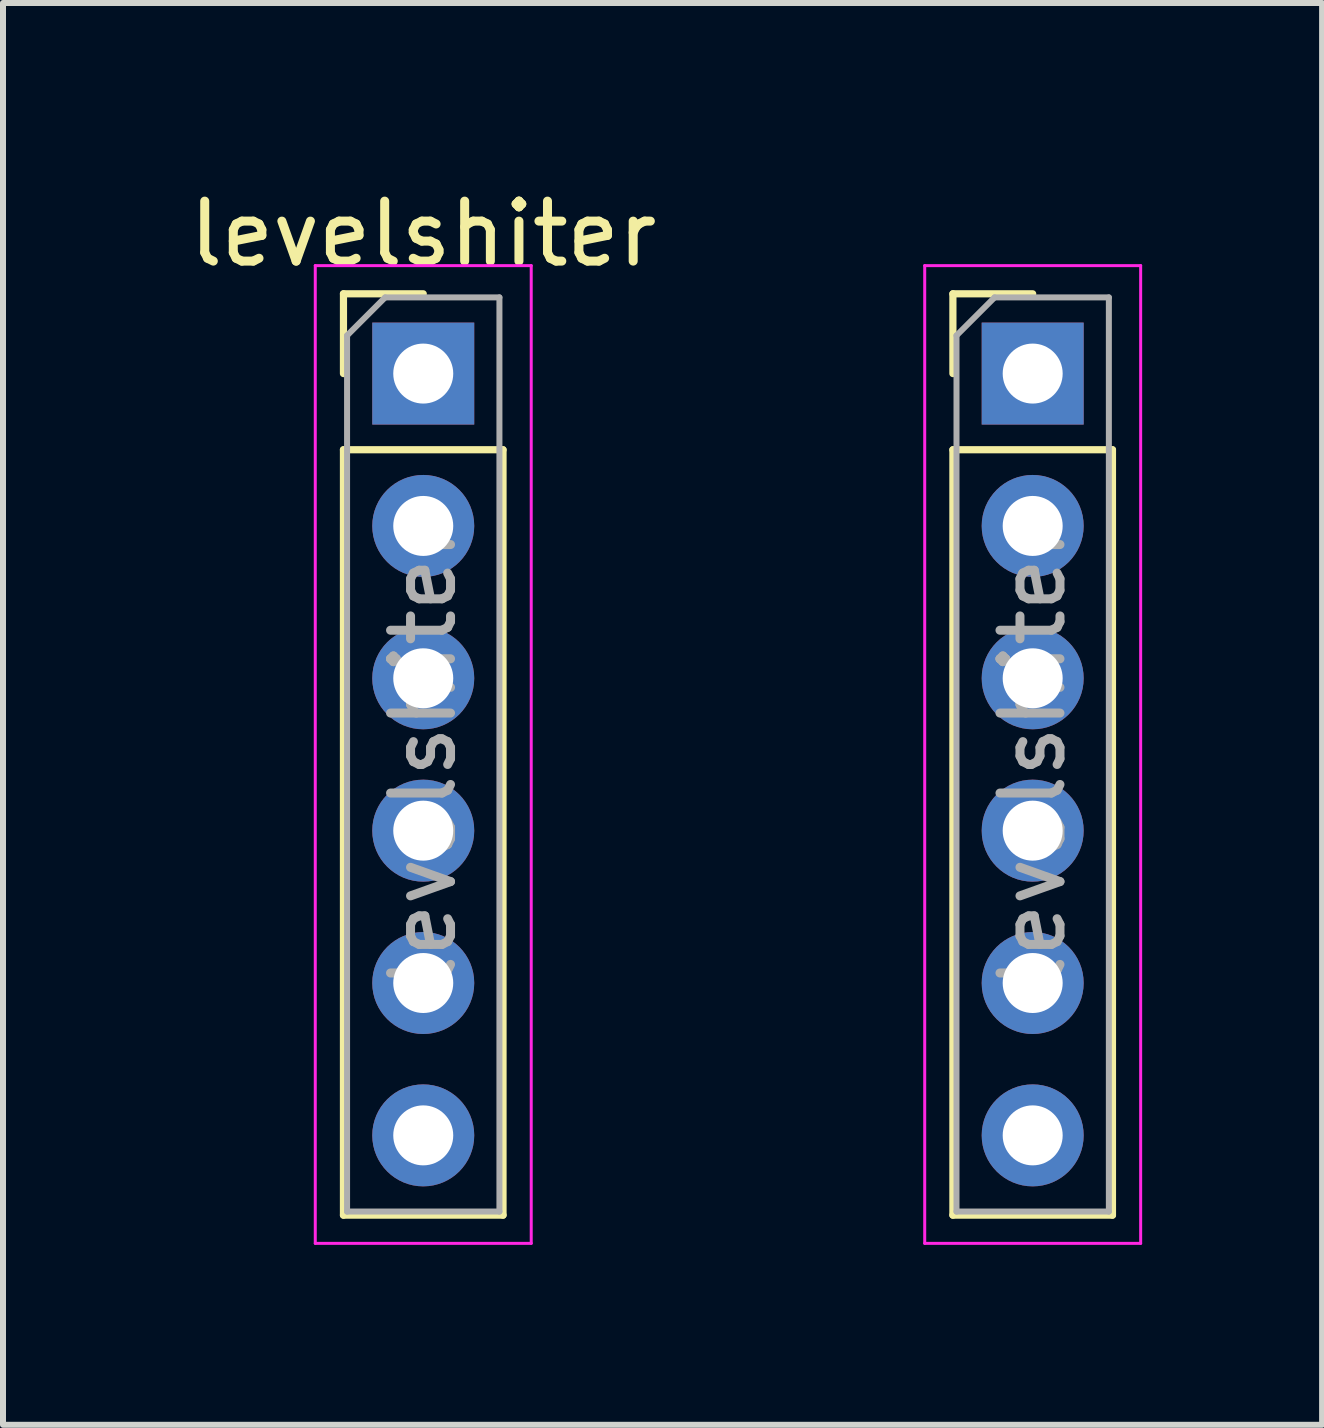
<source format=kicad_pcb>
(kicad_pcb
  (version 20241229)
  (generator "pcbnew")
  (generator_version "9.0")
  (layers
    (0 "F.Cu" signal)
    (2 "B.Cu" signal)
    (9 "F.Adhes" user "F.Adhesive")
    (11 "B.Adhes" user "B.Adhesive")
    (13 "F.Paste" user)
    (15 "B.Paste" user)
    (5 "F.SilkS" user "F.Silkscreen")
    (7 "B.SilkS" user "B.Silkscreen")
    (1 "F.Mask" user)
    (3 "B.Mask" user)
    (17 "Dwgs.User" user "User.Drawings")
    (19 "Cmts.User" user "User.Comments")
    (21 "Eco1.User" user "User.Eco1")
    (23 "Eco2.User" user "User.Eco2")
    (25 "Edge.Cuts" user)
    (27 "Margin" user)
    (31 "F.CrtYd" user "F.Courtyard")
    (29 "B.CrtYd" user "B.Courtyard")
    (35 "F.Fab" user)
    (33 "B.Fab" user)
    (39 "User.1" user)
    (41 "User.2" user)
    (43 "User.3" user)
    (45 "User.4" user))
  (footprint "levelshiter"
    (layer "F.Cu")
    (at 9.086 8.258)
    (property "Reference" "levelshiter" (at -5.08 -7.41 0) (layer "F.SilkS") (effects (font (size 1 1) (thickness 0.15))))
    (attr through_hole)
    (fp_line (start -6.41 -6.41) (end -5.08 -6.41) (stroke (width 0.12) (type solid)) (layer "F.SilkS"))
    (fp_line (start -6.41 -5.08) (end -6.41 -6.41) (stroke (width 0.12) (type solid)) (layer "F.SilkS"))
    (fp_line (start -6.41 -3.81) (end -6.41 8.95) (stroke (width 0.12) (type solid)) (layer "F.SilkS"))
    (fp_line (start -6.41 -3.81) (end -3.75 -3.81) (stroke (width 0.12) (type solid)) (layer "F.SilkS"))
    (fp_line (start -6.41 8.95) (end -3.75 8.95) (stroke (width 0.12) (type solid)) (layer "F.SilkS"))
    (fp_line (start -3.75 -3.81) (end -3.75 8.95) (stroke (width 0.12) (type solid)) (layer "F.SilkS"))
    (fp_line (start 3.75 -6.41) (end 5.08 -6.41) (stroke (width 0.12) (type solid)) (layer "F.SilkS"))
    (fp_line (start 3.75 -5.08) (end 3.75 -6.41) (stroke (width 0.12) (type solid)) (layer "F.SilkS"))
    (fp_line (start 3.75 -3.81) (end 3.75 8.95) (stroke (width 0.12) (type solid)) (layer "F.SilkS"))
    (fp_line (start 3.75 -3.81) (end 6.41 -3.81) (stroke (width 0.12) (type solid)) (layer "F.SilkS"))
    (fp_line (start 3.75 8.95) (end 6.41 8.95) (stroke (width 0.12) (type solid)) (layer "F.SilkS"))
    (fp_line (start 6.41 -3.81) (end 6.41 8.95) (stroke (width 0.12) (type solid)) (layer "F.SilkS"))
    (fp_line (start -6.88 -6.88) (end -6.88 9.42) (stroke (width 0.05) (type solid)) (layer "F.CrtYd"))
    (fp_line (start -6.88 9.42) (end -3.28 9.42) (stroke (width 0.05) (type solid)) (layer "F.CrtYd"))
    (fp_line (start -3.28 -6.88) (end -6.88 -6.88) (stroke (width 0.05) (type solid)) (layer "F.CrtYd"))
    (fp_line (start -3.28 9.42) (end -3.28 -6.88) (stroke (width 0.05) (type solid)) (layer "F.CrtYd"))
    (fp_line (start 3.28 -6.88) (end 3.28 9.42) (stroke (width 0.05) (type solid)) (layer "F.CrtYd"))
    (fp_line (start 3.28 9.42) (end 6.88 9.42) (stroke (width 0.05) (type solid)) (layer "F.CrtYd"))
    (fp_line (start 6.88 -6.88) (end 3.28 -6.88) (stroke (width 0.05) (type solid)) (layer "F.CrtYd"))
    (fp_line (start 6.88 9.42) (end 6.88 -6.88) (stroke (width 0.05) (type solid)) (layer "F.CrtYd"))
    (fp_line (start -6.35 -5.715) (end -5.715 -6.35) (stroke (width 0.1) (type solid)) (layer "F.Fab"))
    (fp_line (start -6.35 8.89) (end -6.35 -5.715) (stroke (width 0.1) (type solid)) (layer "F.Fab"))
    (fp_line (start -5.715 -6.35) (end -3.81 -6.35) (stroke (width 0.1) (type solid)) (layer "F.Fab"))
    (fp_line (start -3.81 -6.35) (end -3.81 8.89) (stroke (width 0.1) (type solid)) (layer "F.Fab"))
    (fp_line (start -3.81 8.89) (end -6.35 8.89) (stroke (width 0.1) (type solid)) (layer "F.Fab"))
    (fp_line (start 3.81 -5.715) (end 4.445 -6.35) (stroke (width 0.1) (type solid)) (layer "F.Fab"))
    (fp_line (start 3.81 8.89) (end 3.81 -5.715) (stroke (width 0.1) (type solid)) (layer "F.Fab"))
    (fp_line (start 4.445 -6.35) (end 6.35 -6.35) (stroke (width 0.1) (type solid)) (layer "F.Fab"))
    (fp_line (start 6.35 -6.35) (end 6.35 8.89) (stroke (width 0.1) (type solid)) (layer "F.Fab"))
    (fp_line (start 6.35 8.89) (end 3.81 8.89) (stroke (width 0.1) (type solid)) (layer "F.Fab"))
    (fp_text user "${REFERENCE}" (at -5.08 1.27 90) (layer "F.Fab") (effects (font (size 1 1) (thickness 0.15))))
    (fp_text user "${REFERENCE}" (at 5.08 1.27 90) (layer "F.Fab") (effects (font (size 1 1) (thickness 0.15))))
    (pad "1" thru_hole rect (at -5.08 -5.08) (size 1.7 1.7) (drill 1) (layers "*.Cu" "*.Mask"))
    (pad "2" thru_hole oval (at -5.08 -2.54) (size 1.7 1.7) (drill 1) (layers "*.Cu" "*.Mask"))
    (pad "3" thru_hole oval (at -5.08 0) (size 1.7 1.7) (drill 1) (layers "*.Cu" "*.Mask"))
    (pad "4" thru_hole oval (at -5.08 2.54) (size 1.7 1.7) (drill 1) (layers "*.Cu" "*.Mask"))
    (pad "5" thru_hole oval (at -5.08 5.08) (size 1.7 1.7) (drill 1) (layers "*.Cu" "*.Mask"))
    (pad "6" thru_hole oval (at -5.08 7.62) (size 1.7 1.7) (drill 1) (layers "*.Cu" "*.Mask"))
    (pad "7" thru_hole oval (at 5.08 7.62) (size 1.7 1.7) (drill 1) (layers "*.Cu" "*.Mask"))
    (pad "8" thru_hole oval (at 5.08 5.08) (size 1.7 1.7) (drill 1) (layers "*.Cu" "*.Mask"))
    (pad "9" thru_hole oval (at 5.08 2.54) (size 1.7 1.7) (drill 1) (layers "*.Cu" "*.Mask"))
    (pad "10" thru_hole oval (at 5.08 0) (size 1.7 1.7) (drill 1) (layers "*.Cu" "*.Mask"))
    (pad "11" thru_hole oval (at 5.08 -2.54) (size 1.7 1.7) (drill 1) (layers "*.Cu" "*.Mask"))
    (pad "12" thru_hole rect (at 5.08 -5.08) (size 1.7 1.7) (drill 1) (layers "*.Cu" "*.Mask")))
  (gr_rect
    (start -3 -3)
    (end 18.991 20.703)
    (stroke (width 0.1) (type default))
    (fill no)
    (layer "Edge.Cuts")))
</source>
